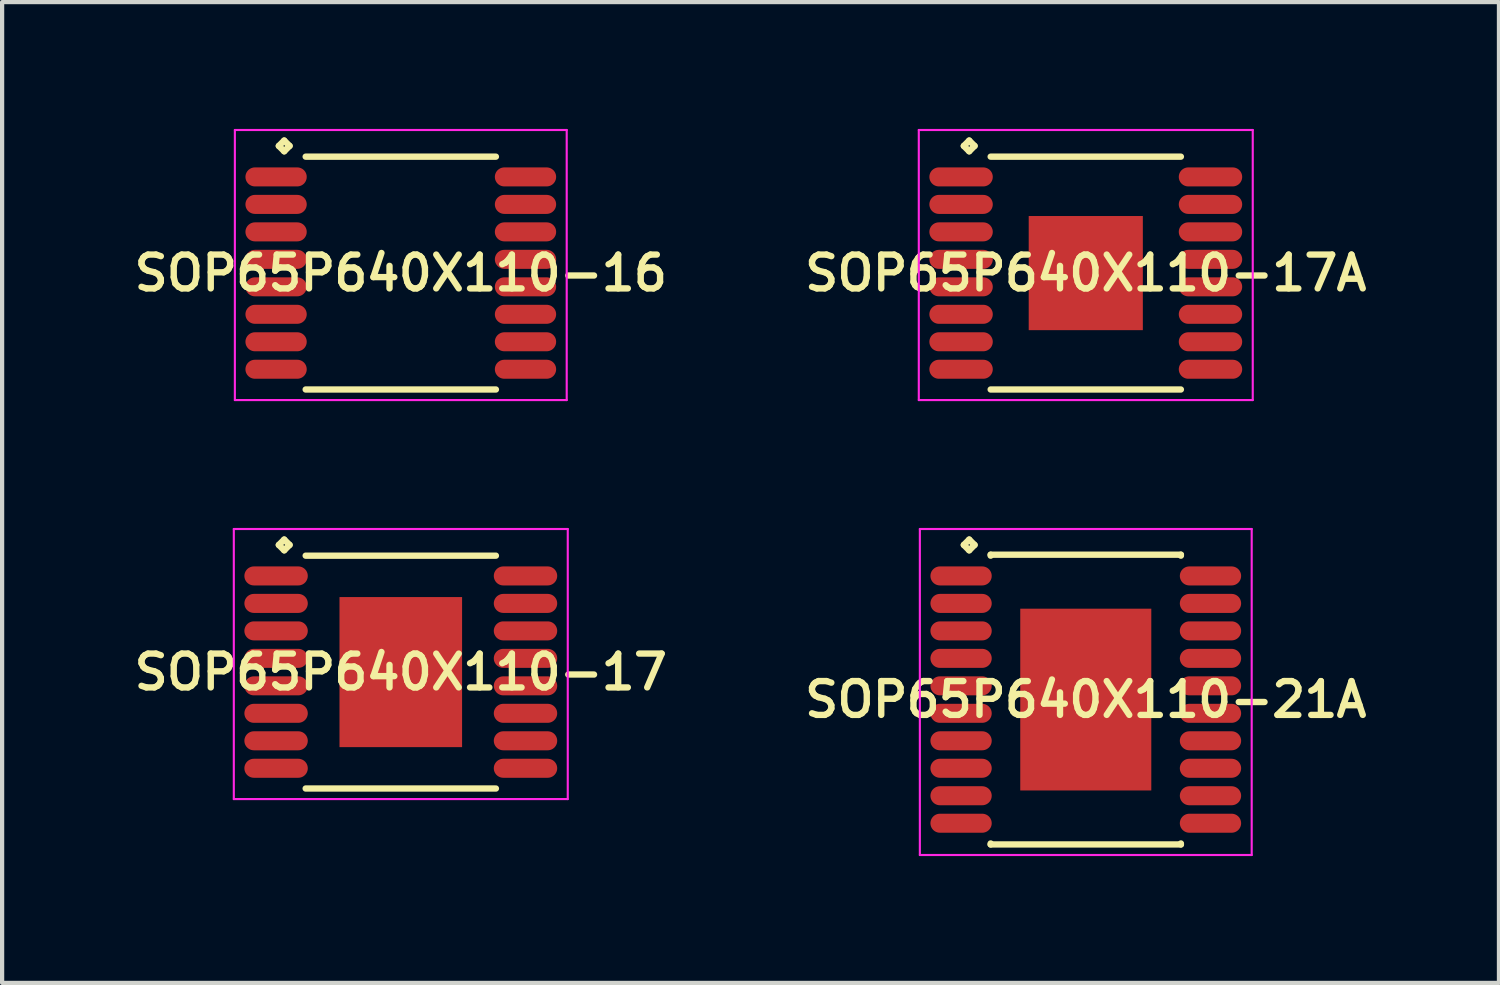
<source format=kicad_pcb>
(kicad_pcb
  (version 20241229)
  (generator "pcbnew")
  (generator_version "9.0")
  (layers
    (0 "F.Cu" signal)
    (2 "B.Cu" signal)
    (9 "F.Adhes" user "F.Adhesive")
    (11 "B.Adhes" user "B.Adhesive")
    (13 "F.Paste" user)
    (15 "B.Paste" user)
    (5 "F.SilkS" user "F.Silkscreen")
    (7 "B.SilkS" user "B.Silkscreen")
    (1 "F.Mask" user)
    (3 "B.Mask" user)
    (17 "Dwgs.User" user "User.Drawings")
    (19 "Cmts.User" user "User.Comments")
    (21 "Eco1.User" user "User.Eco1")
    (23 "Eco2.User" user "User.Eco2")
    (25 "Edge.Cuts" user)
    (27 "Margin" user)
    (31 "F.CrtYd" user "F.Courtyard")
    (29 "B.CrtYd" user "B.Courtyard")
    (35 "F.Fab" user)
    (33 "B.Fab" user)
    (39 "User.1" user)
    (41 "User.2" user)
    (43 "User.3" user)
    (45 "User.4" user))
  (footprint "SOP65P640X110-21A"
    (layer "F.Cu")
    (at 22.635 13.499)
    (property "Reference" "SOP65P640X110-21A" (at 0 0 0) (layer "F.SilkS") (effects (font (size 0.8 0.8) (thickness 0.15))))
    (attr smd)
    (fp_line (start -2.885 -3.658) (end -2.758 -3.785) (stroke (width 0.15) (type solid)) (layer "F.SilkS"))
    (fp_line (start -2.758 -3.785) (end -2.631 -3.658) (stroke (width 0.15) (type solid)) (layer "F.SilkS"))
    (fp_line (start -2.758 -3.531) (end -2.885 -3.658) (stroke (width 0.15) (type solid)) (layer "F.SilkS"))
    (fp_line (start -2.631 -3.658) (end -2.758 -3.531) (stroke (width 0.15) (type solid)) (layer "F.SilkS"))
    (fp_line (start -2.25 -3.427) (end 2.25 -3.427) (stroke (width 0.15) (type solid)) (layer "F.SilkS"))
    (fp_line (start -2.25 -3.404) (end -2.25 -3.427) (stroke (width 0.15) (type solid)) (layer "F.SilkS"))
    (fp_line (start -2.25 3.404) (end -2.25 3.427) (stroke (width 0.15) (type solid)) (layer "F.SilkS"))
    (fp_line (start -2.25 3.427) (end 2.25 3.427) (stroke (width 0.15) (type solid)) (layer "F.SilkS"))
    (fp_line (start 2.25 -3.427) (end 2.25 -3.404) (stroke (width 0.15) (type solid)) (layer "F.SilkS"))
    (fp_line (start 2.25 3.427) (end 2.25 3.404) (stroke (width 0.15) (type solid)) (layer "F.SilkS"))
    (fp_line (start -3.925 -4.035) (end 3.925 -4.035) (stroke (width 0.05) (type solid)) (layer "F.CrtYd"))
    (fp_line (start -3.925 3.677) (end -3.925 -4.035) (stroke (width 0.05) (type solid)) (layer "F.CrtYd"))
    (fp_line (start 3.925 -4.035) (end 3.925 3.677) (stroke (width 0.05) (type solid)) (layer "F.CrtYd"))
    (fp_line (start 3.925 3.677) (end -3.925 3.677) (stroke (width 0.05) (type solid)) (layer "F.CrtYd"))
    (pad "1" smd oval (at -2.95 -2.925) (size 1.45 0.45) (layers "F.Cu" "F.Mask" "F.Paste"))
    (pad "2" smd oval (at -2.95 -2.275) (size 1.45 0.45) (layers "F.Cu" "F.Mask" "F.Paste"))
    (pad "3" smd oval (at -2.95 -1.625) (size 1.45 0.45) (layers "F.Cu" "F.Mask" "F.Paste"))
    (pad "4" smd oval (at -2.95 -0.975) (size 1.45 0.45) (layers "F.Cu" "F.Mask" "F.Paste"))
    (pad "5" smd oval (at -2.95 -0.325) (size 1.45 0.45) (layers "F.Cu" "F.Mask" "F.Paste"))
    (pad "6" smd oval (at -2.95 0.325) (size 1.45 0.45) (layers "F.Cu" "F.Mask" "F.Paste"))
    (pad "7" smd oval (at -2.95 0.975) (size 1.45 0.45) (layers "F.Cu" "F.Mask" "F.Paste"))
    (pad "8" smd oval (at -2.95 1.625) (size 1.45 0.45) (layers "F.Cu" "F.Mask" "F.Paste"))
    (pad "9" smd oval (at -2.95 2.275) (size 1.45 0.45) (layers "F.Cu" "F.Mask" "F.Paste"))
    (pad "10" smd oval (at -2.95 2.925) (size 1.45 0.45) (layers "F.Cu" "F.Mask" "F.Paste"))
    (pad "11" smd oval (at 2.95 2.925) (size 1.45 0.45) (layers "F.Cu" "F.Mask" "F.Paste"))
    (pad "12" smd oval (at 2.95 2.275) (size 1.45 0.45) (layers "F.Cu" "F.Mask" "F.Paste"))
    (pad "13" smd oval (at 2.95 1.625) (size 1.45 0.45) (layers "F.Cu" "F.Mask" "F.Paste"))
    (pad "14" smd oval (at 2.95 0.975) (size 1.45 0.45) (layers "F.Cu" "F.Mask" "F.Paste"))
    (pad "15" smd oval (at 2.95 0.325) (size 1.45 0.45) (layers "F.Cu" "F.Mask" "F.Paste"))
    (pad "16" smd oval (at 2.95 -0.325) (size 1.45 0.45) (layers "F.Cu" "F.Mask" "F.Paste"))
    (pad "17" smd oval (at 2.95 -0.975) (size 1.45 0.45) (layers "F.Cu" "F.Mask" "F.Paste"))
    (pad "18" smd oval (at 2.95 -1.625) (size 1.45 0.45) (layers "F.Cu" "F.Mask" "F.Paste"))
    (pad "19" smd oval (at 2.95 -2.275) (size 1.45 0.45) (layers "F.Cu" "F.Mask" "F.Paste"))
    (pad "20" smd oval (at 2.95 -2.925) (size 1.45 0.45) (layers "F.Cu" "F.Mask" "F.Paste"))
    (pad "21" smd rect (at 0 0) (size 3.1 4.3) (layers "F.Cu" "F.Mask" "F.Paste")))
  (footprint "SOP65P640X110-16"
    (layer "F.Cu")
    (at 6.431 3.41)
    (property "Reference" "SOP65P640X110-16" (at 0 0 0) (layer "F.SilkS") (effects (font (size 0.8 0.8) (thickness 0.15))))
    (attr smd)
    (fp_line (start -2.885 -3.008) (end -2.758 -3.135) (stroke (width 0.15) (type solid)) (layer "F.SilkS"))
    (fp_line (start -2.758 -3.135) (end -2.631 -3.008) (stroke (width 0.15) (type solid)) (layer "F.SilkS"))
    (fp_line (start -2.758 -2.881) (end -2.885 -3.008) (stroke (width 0.15) (type solid)) (layer "F.SilkS"))
    (fp_line (start -2.631 -3.008) (end -2.758 -2.881) (stroke (width 0.15) (type solid)) (layer "F.SilkS"))
    (fp_line (start -2.25 -2.754) (end 2.25 -2.754) (stroke (width 0.15) (type solid)) (layer "F.SilkS"))
    (fp_line (start -2.25 2.754) (end 2.25 2.754) (stroke (width 0.15) (type solid)) (layer "F.SilkS"))
    (fp_line (start -3.925 -3.385) (end 3.925 -3.385) (stroke (width 0.05) (type solid)) (layer "F.CrtYd"))
    (fp_line (start -3.925 3.004) (end -3.925 -3.385) (stroke (width 0.05) (type solid)) (layer "F.CrtYd"))
    (fp_line (start 3.925 -3.385) (end 3.925 3.004) (stroke (width 0.05) (type solid)) (layer "F.CrtYd"))
    (fp_line (start 3.925 3.004) (end -3.925 3.004) (stroke (width 0.05) (type solid)) (layer "F.CrtYd"))
    (pad "1" smd oval (at -2.95 -2.275) (size 1.45 0.45) (layers "F.Cu" "F.Mask" "F.Paste"))
    (pad "2" smd oval (at -2.95 -1.625) (size 1.45 0.45) (layers "F.Cu" "F.Mask" "F.Paste"))
    (pad "3" smd oval (at -2.95 -0.975) (size 1.45 0.45) (layers "F.Cu" "F.Mask" "F.Paste"))
    (pad "4" smd oval (at -2.95 -0.325) (size 1.45 0.45) (layers "F.Cu" "F.Mask" "F.Paste"))
    (pad "5" smd oval (at -2.95 0.325) (size 1.45 0.45) (layers "F.Cu" "F.Mask" "F.Paste"))
    (pad "6" smd oval (at -2.95 0.975) (size 1.45 0.45) (layers "F.Cu" "F.Mask" "F.Paste"))
    (pad "7" smd oval (at -2.95 1.625) (size 1.45 0.45) (layers "F.Cu" "F.Mask" "F.Paste"))
    (pad "8" smd oval (at -2.95 2.275) (size 1.45 0.45) (layers "F.Cu" "F.Mask" "F.Paste"))
    (pad "9" smd oval (at 2.95 2.275) (size 1.45 0.45) (layers "F.Cu" "F.Mask" "F.Paste"))
    (pad "10" smd oval (at 2.95 1.625) (size 1.45 0.45) (layers "F.Cu" "F.Mask" "F.Paste"))
    (pad "11" smd oval (at 2.95 0.975) (size 1.45 0.45) (layers "F.Cu" "F.Mask" "F.Paste"))
    (pad "12" smd oval (at 2.95 0.325) (size 1.45 0.45) (layers "F.Cu" "F.Mask" "F.Paste"))
    (pad "13" smd oval (at 2.95 -0.325) (size 1.45 0.45) (layers "F.Cu" "F.Mask" "F.Paste"))
    (pad "14" smd oval (at 2.95 -0.975) (size 1.45 0.45) (layers "F.Cu" "F.Mask" "F.Paste"))
    (pad "15" smd oval (at 2.95 -1.625) (size 1.45 0.45) (layers "F.Cu" "F.Mask" "F.Paste"))
    (pad "16" smd oval (at 2.95 -2.275) (size 1.45 0.45) (layers "F.Cu" "F.Mask" "F.Paste")))
  (footprint "SOP65P640X110-17A"
    (layer "F.Cu")
    (at 22.635 3.41)
    (property "Reference" "SOP65P640X110-17A" (at 0 0 0) (layer "F.SilkS") (effects (font (size 0.8 0.8) (thickness 0.15))))
    (attr smd)
    (fp_line (start -2.885 -3.008) (end -2.758 -3.135) (stroke (width 0.15) (type solid)) (layer "F.SilkS"))
    (fp_line (start -2.758 -3.135) (end -2.631 -3.008) (stroke (width 0.15) (type solid)) (layer "F.SilkS"))
    (fp_line (start -2.758 -2.881) (end -2.885 -3.008) (stroke (width 0.15) (type solid)) (layer "F.SilkS"))
    (fp_line (start -2.631 -3.008) (end -2.758 -2.881) (stroke (width 0.15) (type solid)) (layer "F.SilkS"))
    (fp_line (start -2.25 -2.754) (end 2.25 -2.754) (stroke (width 0.15) (type solid)) (layer "F.SilkS"))
    (fp_line (start -2.25 2.754) (end 2.25 2.754) (stroke (width 0.15) (type solid)) (layer "F.SilkS"))
    (fp_line (start -3.95 -3.385) (end 3.95 -3.385) (stroke (width 0.05) (type solid)) (layer "F.CrtYd"))
    (fp_line (start -3.95 3.004) (end -3.95 -3.385) (stroke (width 0.05) (type solid)) (layer "F.CrtYd"))
    (fp_line (start 3.95 -3.385) (end 3.95 3.004) (stroke (width 0.05) (type solid)) (layer "F.CrtYd"))
    (fp_line (start 3.95 3.004) (end -3.95 3.004) (stroke (width 0.05) (type solid)) (layer "F.CrtYd"))
    (pad "1" smd oval (at -2.95 -2.275) (size 1.5 0.45) (layers "F.Cu" "F.Mask" "F.Paste"))
    (pad "2" smd oval (at -2.95 -1.625) (size 1.5 0.45) (layers "F.Cu" "F.Mask" "F.Paste"))
    (pad "3" smd oval (at -2.95 -0.975) (size 1.5 0.45) (layers "F.Cu" "F.Mask" "F.Paste"))
    (pad "4" smd oval (at -2.95 -0.325) (size 1.5 0.45) (layers "F.Cu" "F.Mask" "F.Paste"))
    (pad "5" smd oval (at -2.95 0.325) (size 1.5 0.45) (layers "F.Cu" "F.Mask" "F.Paste"))
    (pad "6" smd oval (at -2.95 0.975) (size 1.5 0.45) (layers "F.Cu" "F.Mask" "F.Paste"))
    (pad "7" smd oval (at -2.95 1.625) (size 1.5 0.45) (layers "F.Cu" "F.Mask" "F.Paste"))
    (pad "8" smd oval (at -2.95 2.275) (size 1.5 0.45) (layers "F.Cu" "F.Mask" "F.Paste"))
    (pad "9" smd oval (at 2.95 2.275) (size 1.5 0.45) (layers "F.Cu" "F.Mask" "F.Paste"))
    (pad "10" smd oval (at 2.95 1.625) (size 1.5 0.45) (layers "F.Cu" "F.Mask" "F.Paste"))
    (pad "11" smd oval (at 2.95 0.975) (size 1.5 0.45) (layers "F.Cu" "F.Mask" "F.Paste"))
    (pad "12" smd oval (at 2.95 0.325) (size 1.5 0.45) (layers "F.Cu" "F.Mask" "F.Paste"))
    (pad "13" smd oval (at 2.95 -0.325) (size 1.5 0.45) (layers "F.Cu" "F.Mask" "F.Paste"))
    (pad "14" smd oval (at 2.95 -0.975) (size 1.5 0.45) (layers "F.Cu" "F.Mask" "F.Paste"))
    (pad "15" smd oval (at 2.95 -1.625) (size 1.5 0.45) (layers "F.Cu" "F.Mask" "F.Paste"))
    (pad "16" smd oval (at 2.95 -2.275) (size 1.5 0.45) (layers "F.Cu" "F.Mask" "F.Paste"))
    (pad "17" smd rect (at 0 0) (size 2.7 2.7) (layers "F.Cu" "F.Mask" "F.Paste")))
  (footprint "SOP65P640X110-17"
    (layer "F.Cu")
    (at 6.431 12.849)
    (property "Reference" "SOP65P640X110-17" (at 0 0 0) (layer "F.SilkS") (effects (font (size 0.8 0.8) (thickness 0.15))))
    (attr smd)
    (fp_line (start -2.885 -3.008) (end -2.758 -3.135) (stroke (width 0.15) (type solid)) (layer "F.SilkS"))
    (fp_line (start -2.758 -3.135) (end -2.631 -3.008) (stroke (width 0.15) (type solid)) (layer "F.SilkS"))
    (fp_line (start -2.758 -2.881) (end -2.885 -3.008) (stroke (width 0.15) (type solid)) (layer "F.SilkS"))
    (fp_line (start -2.631 -3.008) (end -2.758 -2.881) (stroke (width 0.15) (type solid)) (layer "F.SilkS"))
    (fp_line (start -2.25 -2.754) (end 2.25 -2.754) (stroke (width 0.15) (type solid)) (layer "F.SilkS"))
    (fp_line (start -2.25 2.754) (end 2.25 2.754) (stroke (width 0.15) (type solid)) (layer "F.SilkS"))
    (fp_line (start -3.95 -3.385) (end 3.95 -3.385) (stroke (width 0.05) (type solid)) (layer "F.CrtYd"))
    (fp_line (start -3.95 3.004) (end -3.95 -3.385) (stroke (width 0.05) (type solid)) (layer "F.CrtYd"))
    (fp_line (start 3.95 -3.385) (end 3.95 3.004) (stroke (width 0.05) (type solid)) (layer "F.CrtYd"))
    (fp_line (start 3.95 3.004) (end -3.95 3.004) (stroke (width 0.05) (type solid)) (layer "F.CrtYd"))
    (pad "1" smd oval (at -2.95 -2.275) (size 1.5 0.45) (layers "F.Cu" "F.Mask" "F.Paste"))
    (pad "2" smd oval (at -2.95 -1.625) (size 1.5 0.45) (layers "F.Cu" "F.Mask" "F.Paste"))
    (pad "3" smd oval (at -2.95 -0.975) (size 1.5 0.45) (layers "F.Cu" "F.Mask" "F.Paste"))
    (pad "4" smd oval (at -2.95 -0.325) (size 1.5 0.45) (layers "F.Cu" "F.Mask" "F.Paste"))
    (pad "5" smd oval (at -2.95 0.325) (size 1.5 0.45) (layers "F.Cu" "F.Mask" "F.Paste"))
    (pad "6" smd oval (at -2.95 0.975) (size 1.5 0.45) (layers "F.Cu" "F.Mask" "F.Paste"))
    (pad "7" smd oval (at -2.95 1.625) (size 1.5 0.45) (layers "F.Cu" "F.Mask" "F.Paste"))
    (pad "8" smd oval (at -2.95 2.275) (size 1.5 0.45) (layers "F.Cu" "F.Mask" "F.Paste"))
    (pad "9" smd oval (at 2.95 2.275) (size 1.5 0.45) (layers "F.Cu" "F.Mask" "F.Paste"))
    (pad "10" smd oval (at 2.95 1.625) (size 1.5 0.45) (layers "F.Cu" "F.Mask" "F.Paste"))
    (pad "11" smd oval (at 2.95 0.975) (size 1.5 0.45) (layers "F.Cu" "F.Mask" "F.Paste"))
    (pad "12" smd oval (at 2.95 0.325) (size 1.5 0.45) (layers "F.Cu" "F.Mask" "F.Paste"))
    (pad "13" smd oval (at 2.95 -0.325) (size 1.5 0.45) (layers "F.Cu" "F.Mask" "F.Paste"))
    (pad "14" smd oval (at 2.95 -0.975) (size 1.5 0.45) (layers "F.Cu" "F.Mask" "F.Paste"))
    (pad "15" smd oval (at 2.95 -1.625) (size 1.5 0.45) (layers "F.Cu" "F.Mask" "F.Paste"))
    (pad "16" smd oval (at 2.95 -2.275) (size 1.5 0.45) (layers "F.Cu" "F.Mask" "F.Paste"))
    (pad "17" smd rect (at 0 0) (size 2.9 3.55) (layers "F.Cu" "F.Mask" "F.Paste")))
  (gr_rect
    (start -3 -3)
    (end 32.409 20.201)
    (stroke (width 0.1) (type default))
    (fill no)
    (layer "Edge.Cuts")))
</source>
